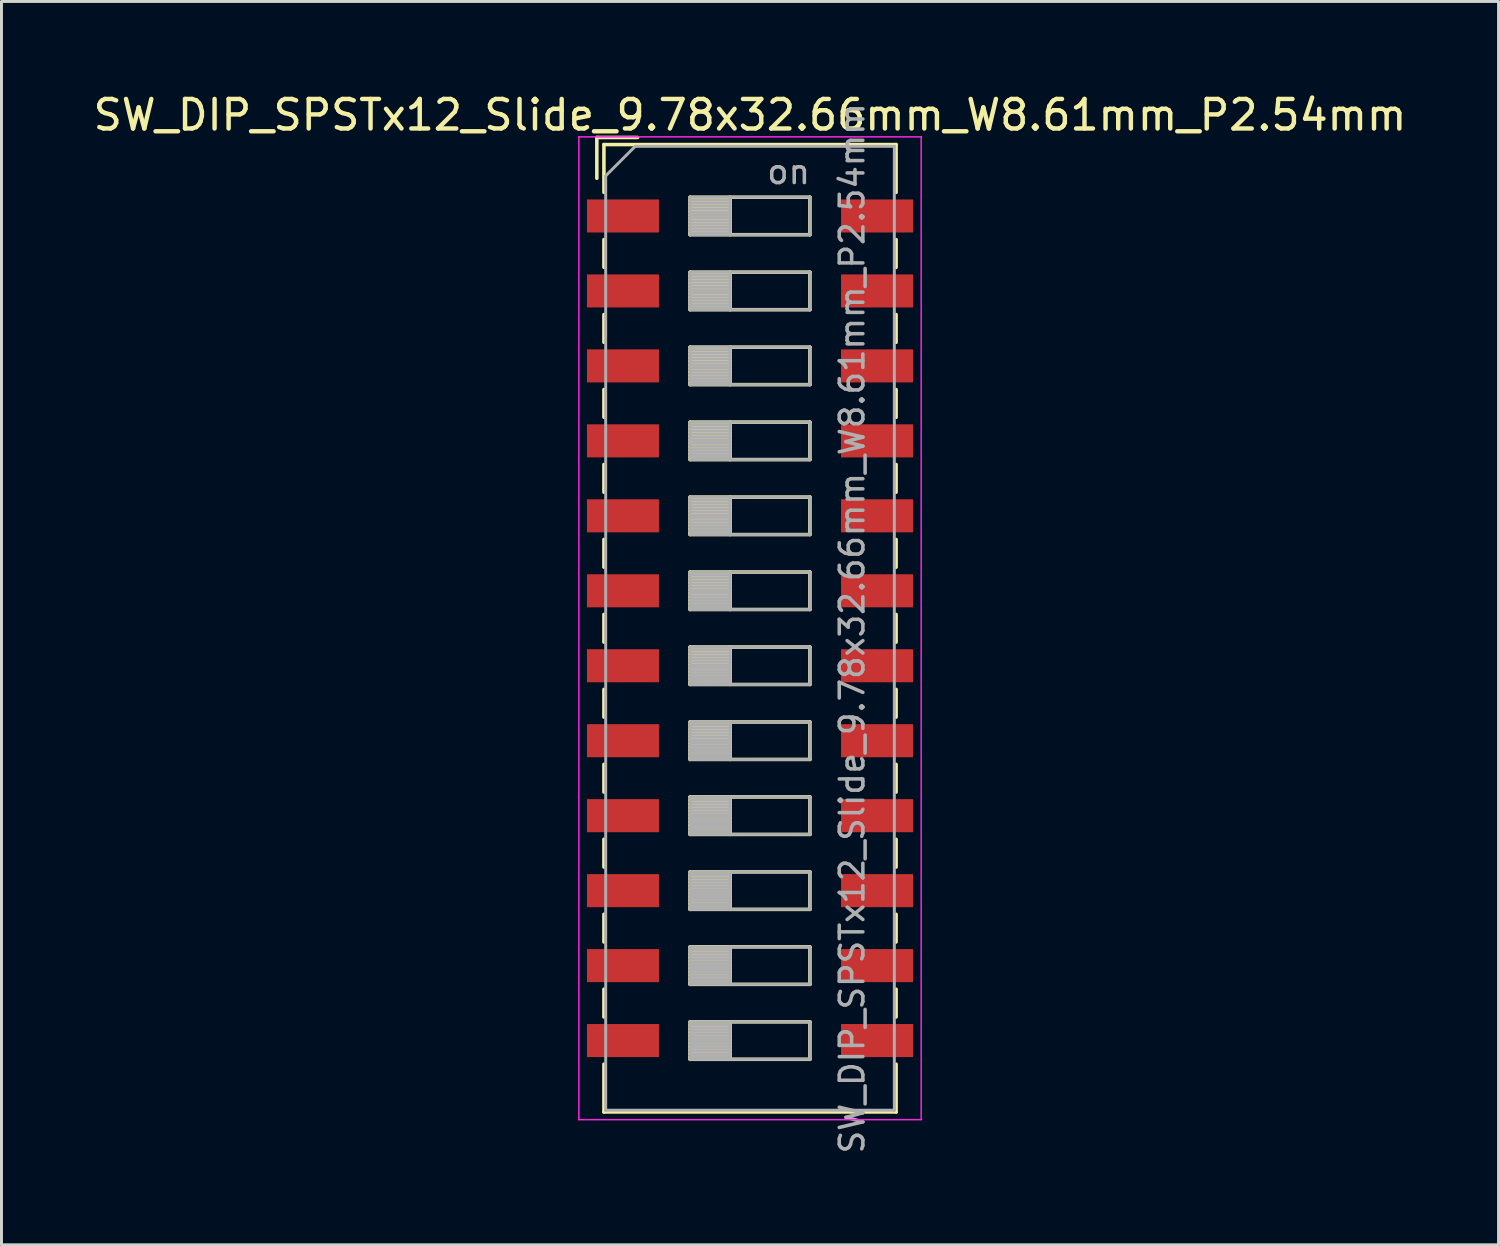
<source format=kicad_pcb>
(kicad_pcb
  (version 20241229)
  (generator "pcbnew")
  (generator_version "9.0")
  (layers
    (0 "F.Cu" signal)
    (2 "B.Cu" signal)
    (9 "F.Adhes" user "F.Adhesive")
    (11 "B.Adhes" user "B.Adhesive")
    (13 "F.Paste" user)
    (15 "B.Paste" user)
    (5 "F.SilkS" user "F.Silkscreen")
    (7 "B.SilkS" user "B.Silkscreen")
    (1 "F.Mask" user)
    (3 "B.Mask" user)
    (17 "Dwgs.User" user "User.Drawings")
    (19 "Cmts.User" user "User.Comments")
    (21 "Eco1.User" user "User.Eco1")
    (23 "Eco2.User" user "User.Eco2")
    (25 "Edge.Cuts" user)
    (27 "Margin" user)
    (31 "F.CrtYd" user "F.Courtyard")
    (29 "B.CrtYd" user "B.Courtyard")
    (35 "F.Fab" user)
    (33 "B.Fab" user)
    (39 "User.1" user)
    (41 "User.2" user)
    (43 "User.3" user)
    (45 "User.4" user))
  (footprint "SW_DIP_SPSTx12_Slide_9.78x32.66mm_W8.61mm_P2.54mm"
    (layer "F.Cu")
    (at 22.363 18.238)
    (property "Reference" "SW_DIP_SPSTx12_Slide_9.78x32.66mm_W8.61mm_P2.54mm" (at 0 -17.39 0) (layer "F.SilkS") (effects (font (size 1 1) (thickness 0.15))))
    (attr smd)
    (fp_line (start -5.19 -16.63) (end -5.19 -15.247) (stroke (width 0.12) (type solid)) (layer "F.SilkS"))
    (fp_line (start -5.19 -16.63) (end -3.806 -16.63) (stroke (width 0.12) (type solid)) (layer "F.SilkS"))
    (fp_line (start -4.95 -16.39) (end -4.95 -14.77) (stroke (width 0.12) (type solid)) (layer "F.SilkS"))
    (fp_line (start -4.95 -16.39) (end 4.95 -16.39) (stroke (width 0.12) (type solid)) (layer "F.SilkS"))
    (fp_line (start -4.95 -13.17) (end -4.95 -12.23) (stroke (width 0.12) (type solid)) (layer "F.SilkS"))
    (fp_line (start -4.95 -10.63) (end -4.95 -9.69) (stroke (width 0.12) (type solid)) (layer "F.SilkS"))
    (fp_line (start -4.95 -8.09) (end -4.95 -7.15) (stroke (width 0.12) (type solid)) (layer "F.SilkS"))
    (fp_line (start -4.95 -5.55) (end -4.95 -4.61) (stroke (width 0.12) (type solid)) (layer "F.SilkS"))
    (fp_line (start -4.95 -3.01) (end -4.95 -2.07) (stroke (width 0.12) (type solid)) (layer "F.SilkS"))
    (fp_line (start -4.95 -0.47) (end -4.95 0.47) (stroke (width 0.12) (type solid)) (layer "F.SilkS"))
    (fp_line (start -4.95 2.07) (end -4.95 3.01) (stroke (width 0.12) (type solid)) (layer "F.SilkS"))
    (fp_line (start -4.95 4.61) (end -4.95 5.55) (stroke (width 0.12) (type solid)) (layer "F.SilkS"))
    (fp_line (start -4.95 7.15) (end -4.95 8.09) (stroke (width 0.12) (type solid)) (layer "F.SilkS"))
    (fp_line (start -4.95 9.69) (end -4.95 10.63) (stroke (width 0.12) (type solid)) (layer "F.SilkS"))
    (fp_line (start -4.95 12.23) (end -4.95 13.17) (stroke (width 0.12) (type solid)) (layer "F.SilkS"))
    (fp_line (start -4.95 14.77) (end -4.95 16.39) (stroke (width 0.12) (type solid)) (layer "F.SilkS"))
    (fp_line (start -4.95 16.39) (end 4.95 16.39) (stroke (width 0.12) (type solid)) (layer "F.SilkS"))
    (fp_line (start -2.03 -14.605) (end -2.03 -13.335) (stroke (width 0.12) (type solid)) (layer "F.SilkS"))
    (fp_line (start -2.03 -14.485) (end -0.677 -14.485) (stroke (width 0.12) (type solid)) (layer "F.SilkS"))
    (fp_line (start -2.03 -14.365) (end -0.677 -14.365) (stroke (width 0.12) (type solid)) (layer "F.SilkS"))
    (fp_line (start -2.03 -14.245) (end -0.677 -14.245) (stroke (width 0.12) (type solid)) (layer "F.SilkS"))
    (fp_line (start -2.03 -14.125) (end -0.677 -14.125) (stroke (width 0.12) (type solid)) (layer "F.SilkS"))
    (fp_line (start -2.03 -14.005) (end -0.677 -14.005) (stroke (width 0.12) (type solid)) (layer "F.SilkS"))
    (fp_line (start -2.03 -13.885) (end -0.677 -13.885) (stroke (width 0.12) (type solid)) (layer "F.SilkS"))
    (fp_line (start -2.03 -13.765) (end -0.677 -13.765) (stroke (width 0.12) (type solid)) (layer "F.SilkS"))
    (fp_line (start -2.03 -13.645) (end -0.677 -13.645) (stroke (width 0.12) (type solid)) (layer "F.SilkS"))
    (fp_line (start -2.03 -13.525) (end -0.677 -13.525) (stroke (width 0.12) (type solid)) (layer "F.SilkS"))
    (fp_line (start -2.03 -13.405) (end -0.677 -13.405) (stroke (width 0.12) (type solid)) (layer "F.SilkS"))
    (fp_line (start -2.03 -13.335) (end 2.03 -13.335) (stroke (width 0.12) (type solid)) (layer "F.SilkS"))
    (fp_line (start -2.03 -12.065) (end -2.03 -10.795) (stroke (width 0.12) (type solid)) (layer "F.SilkS"))
    (fp_line (start -2.03 -11.945) (end -0.677 -11.945) (stroke (width 0.12) (type solid)) (layer "F.SilkS"))
    (fp_line (start -2.03 -11.825) (end -0.677 -11.825) (stroke (width 0.12) (type solid)) (layer "F.SilkS"))
    (fp_line (start -2.03 -11.705) (end -0.677 -11.705) (stroke (width 0.12) (type solid)) (layer "F.SilkS"))
    (fp_line (start -2.03 -11.585) (end -0.677 -11.585) (stroke (width 0.12) (type solid)) (layer "F.SilkS"))
    (fp_line (start -2.03 -11.465) (end -0.677 -11.465) (stroke (width 0.12) (type solid)) (layer "F.SilkS"))
    (fp_line (start -2.03 -11.345) (end -0.677 -11.345) (stroke (width 0.12) (type solid)) (layer "F.SilkS"))
    (fp_line (start -2.03 -11.225) (end -0.677 -11.225) (stroke (width 0.12) (type solid)) (layer "F.SilkS"))
    (fp_line (start -2.03 -11.105) (end -0.677 -11.105) (stroke (width 0.12) (type solid)) (layer "F.SilkS"))
    (fp_line (start -2.03 -10.985) (end -0.677 -10.985) (stroke (width 0.12) (type solid)) (layer "F.SilkS"))
    (fp_line (start -2.03 -10.865) (end -0.677 -10.865) (stroke (width 0.12) (type solid)) (layer "F.SilkS"))
    (fp_line (start -2.03 -10.795) (end 2.03 -10.795) (stroke (width 0.12) (type solid)) (layer "F.SilkS"))
    (fp_line (start -2.03 -9.525) (end -2.03 -8.255) (stroke (width 0.12) (type solid)) (layer "F.SilkS"))
    (fp_line (start -2.03 -9.405) (end -0.677 -9.405) (stroke (width 0.12) (type solid)) (layer "F.SilkS"))
    (fp_line (start -2.03 -9.285) (end -0.677 -9.285) (stroke (width 0.12) (type solid)) (layer "F.SilkS"))
    (fp_line (start -2.03 -9.165) (end -0.677 -9.165) (stroke (width 0.12) (type solid)) (layer "F.SilkS"))
    (fp_line (start -2.03 -9.045) (end -0.677 -9.045) (stroke (width 0.12) (type solid)) (layer "F.SilkS"))
    (fp_line (start -2.03 -8.925) (end -0.677 -8.925) (stroke (width 0.12) (type solid)) (layer "F.SilkS"))
    (fp_line (start -2.03 -8.805) (end -0.677 -8.805) (stroke (width 0.12) (type solid)) (layer "F.SilkS"))
    (fp_line (start -2.03 -8.685) (end -0.677 -8.685) (stroke (width 0.12) (type solid)) (layer "F.SilkS"))
    (fp_line (start -2.03 -8.565) (end -0.677 -8.565) (stroke (width 0.12) (type solid)) (layer "F.SilkS"))
    (fp_line (start -2.03 -8.445) (end -0.677 -8.445) (stroke (width 0.12) (type solid)) (layer "F.SilkS"))
    (fp_line (start -2.03 -8.325) (end -0.677 -8.325) (stroke (width 0.12) (type solid)) (layer "F.SilkS"))
    (fp_line (start -2.03 -8.255) (end 2.03 -8.255) (stroke (width 0.12) (type solid)) (layer "F.SilkS"))
    (fp_line (start -2.03 -6.985) (end -2.03 -5.715) (stroke (width 0.12) (type solid)) (layer "F.SilkS"))
    (fp_line (start -2.03 -6.865) (end -0.677 -6.865) (stroke (width 0.12) (type solid)) (layer "F.SilkS"))
    (fp_line (start -2.03 -6.745) (end -0.677 -6.745) (stroke (width 0.12) (type solid)) (layer "F.SilkS"))
    (fp_line (start -2.03 -6.625) (end -0.677 -6.625) (stroke (width 0.12) (type solid)) (layer "F.SilkS"))
    (fp_line (start -2.03 -6.505) (end -0.677 -6.505) (stroke (width 0.12) (type solid)) (layer "F.SilkS"))
    (fp_line (start -2.03 -6.385) (end -0.677 -6.385) (stroke (width 0.12) (type solid)) (layer "F.SilkS"))
    (fp_line (start -2.03 -6.265) (end -0.677 -6.265) (stroke (width 0.12) (type solid)) (layer "F.SilkS"))
    (fp_line (start -2.03 -6.145) (end -0.677 -6.145) (stroke (width 0.12) (type solid)) (layer "F.SilkS"))
    (fp_line (start -2.03 -6.025) (end -0.677 -6.025) (stroke (width 0.12) (type solid)) (layer "F.SilkS"))
    (fp_line (start -2.03 -5.905) (end -0.677 -5.905) (stroke (width 0.12) (type solid)) (layer "F.SilkS"))
    (fp_line (start -2.03 -5.785) (end -0.677 -5.785) (stroke (width 0.12) (type solid)) (layer "F.SilkS"))
    (fp_line (start -2.03 -5.715) (end 2.03 -5.715) (stroke (width 0.12) (type solid)) (layer "F.SilkS"))
    (fp_line (start -2.03 -4.445) (end -2.03 -3.175) (stroke (width 0.12) (type solid)) (layer "F.SilkS"))
    (fp_line (start -2.03 -4.325) (end -0.677 -4.325) (stroke (width 0.12) (type solid)) (layer "F.SilkS"))
    (fp_line (start -2.03 -4.205) (end -0.677 -4.205) (stroke (width 0.12) (type solid)) (layer "F.SilkS"))
    (fp_line (start -2.03 -4.085) (end -0.677 -4.085) (stroke (width 0.12) (type solid)) (layer "F.SilkS"))
    (fp_line (start -2.03 -3.965) (end -0.677 -3.965) (stroke (width 0.12) (type solid)) (layer "F.SilkS"))
    (fp_line (start -2.03 -3.845) (end -0.677 -3.845) (stroke (width 0.12) (type solid)) (layer "F.SilkS"))
    (fp_line (start -2.03 -3.725) (end -0.677 -3.725) (stroke (width 0.12) (type solid)) (layer "F.SilkS"))
    (fp_line (start -2.03 -3.605) (end -0.677 -3.605) (stroke (width 0.12) (type solid)) (layer "F.SilkS"))
    (fp_line (start -2.03 -3.485) (end -0.677 -3.485) (stroke (width 0.12) (type solid)) (layer "F.SilkS"))
    (fp_line (start -2.03 -3.365) (end -0.677 -3.365) (stroke (width 0.12) (type solid)) (layer "F.SilkS"))
    (fp_line (start -2.03 -3.245) (end -0.677 -3.245) (stroke (width 0.12) (type solid)) (layer "F.SilkS"))
    (fp_line (start -2.03 -3.175) (end 2.03 -3.175) (stroke (width 0.12) (type solid)) (layer "F.SilkS"))
    (fp_line (start -2.03 -1.905) (end -2.03 -0.635) (stroke (width 0.12) (type solid)) (layer "F.SilkS"))
    (fp_line (start -2.03 -1.785) (end -0.677 -1.785) (stroke (width 0.12) (type solid)) (layer "F.SilkS"))
    (fp_line (start -2.03 -1.665) (end -0.677 -1.665) (stroke (width 0.12) (type solid)) (layer "F.SilkS"))
    (fp_line (start -2.03 -1.545) (end -0.677 -1.545) (stroke (width 0.12) (type solid)) (layer "F.SilkS"))
    (fp_line (start -2.03 -1.425) (end -0.677 -1.425) (stroke (width 0.12) (type solid)) (layer "F.SilkS"))
    (fp_line (start -2.03 -1.305) (end -0.677 -1.305) (stroke (width 0.12) (type solid)) (layer "F.SilkS"))
    (fp_line (start -2.03 -1.185) (end -0.677 -1.185) (stroke (width 0.12) (type solid)) (layer "F.SilkS"))
    (fp_line (start -2.03 -1.065) (end -0.677 -1.065) (stroke (width 0.12) (type solid)) (layer "F.SilkS"))
    (fp_line (start -2.03 -0.945) (end -0.677 -0.945) (stroke (width 0.12) (type solid)) (layer "F.SilkS"))
    (fp_line (start -2.03 -0.825) (end -0.677 -0.825) (stroke (width 0.12) (type solid)) (layer "F.SilkS"))
    (fp_line (start -2.03 -0.705) (end -0.677 -0.705) (stroke (width 0.12) (type solid)) (layer "F.SilkS"))
    (fp_line (start -2.03 -0.635) (end 2.03 -0.635) (stroke (width 0.12) (type solid)) (layer "F.SilkS"))
    (fp_line (start -2.03 0.635) (end -2.03 1.905) (stroke (width 0.12) (type solid)) (layer "F.SilkS"))
    (fp_line (start -2.03 0.755) (end -0.677 0.755) (stroke (width 0.12) (type solid)) (layer "F.SilkS"))
    (fp_line (start -2.03 0.875) (end -0.677 0.875) (stroke (width 0.12) (type solid)) (layer "F.SilkS"))
    (fp_line (start -2.03 0.995) (end -0.677 0.995) (stroke (width 0.12) (type solid)) (layer "F.SilkS"))
    (fp_line (start -2.03 1.115) (end -0.677 1.115) (stroke (width 0.12) (type solid)) (layer "F.SilkS"))
    (fp_line (start -2.03 1.235) (end -0.677 1.235) (stroke (width 0.12) (type solid)) (layer "F.SilkS"))
    (fp_line (start -2.03 1.355) (end -0.677 1.355) (stroke (width 0.12) (type solid)) (layer "F.SilkS"))
    (fp_line (start -2.03 1.475) (end -0.677 1.475) (stroke (width 0.12) (type solid)) (layer "F.SilkS"))
    (fp_line (start -2.03 1.595) (end -0.677 1.595) (stroke (width 0.12) (type solid)) (layer "F.SilkS"))
    (fp_line (start -2.03 1.715) (end -0.677 1.715) (stroke (width 0.12) (type solid)) (layer "F.SilkS"))
    (fp_line (start -2.03 1.835) (end -0.677 1.835) (stroke (width 0.12) (type solid)) (layer "F.SilkS"))
    (fp_line (start -2.03 1.905) (end 2.03 1.905) (stroke (width 0.12) (type solid)) (layer "F.SilkS"))
    (fp_line (start -2.03 3.175) (end -2.03 4.445) (stroke (width 0.12) (type solid)) (layer "F.SilkS"))
    (fp_line (start -2.03 3.295) (end -0.677 3.295) (stroke (width 0.12) (type solid)) (layer "F.SilkS"))
    (fp_line (start -2.03 3.415) (end -0.677 3.415) (stroke (width 0.12) (type solid)) (layer "F.SilkS"))
    (fp_line (start -2.03 3.535) (end -0.677 3.535) (stroke (width 0.12) (type solid)) (layer "F.SilkS"))
    (fp_line (start -2.03 3.655) (end -0.677 3.655) (stroke (width 0.12) (type solid)) (layer "F.SilkS"))
    (fp_line (start -2.03 3.775) (end -0.677 3.775) (stroke (width 0.12) (type solid)) (layer "F.SilkS"))
    (fp_line (start -2.03 3.895) (end -0.677 3.895) (stroke (width 0.12) (type solid)) (layer "F.SilkS"))
    (fp_line (start -2.03 4.015) (end -0.677 4.015) (stroke (width 0.12) (type solid)) (layer "F.SilkS"))
    (fp_line (start -2.03 4.135) (end -0.677 4.135) (stroke (width 0.12) (type solid)) (layer "F.SilkS"))
    (fp_line (start -2.03 4.255) (end -0.677 4.255) (stroke (width 0.12) (type solid)) (layer "F.SilkS"))
    (fp_line (start -2.03 4.375) (end -0.677 4.375) (stroke (width 0.12) (type solid)) (layer "F.SilkS"))
    (fp_line (start -2.03 4.445) (end 2.03 4.445) (stroke (width 0.12) (type solid)) (layer "F.SilkS"))
    (fp_line (start -2.03 5.715) (end -2.03 6.985) (stroke (width 0.12) (type solid)) (layer "F.SilkS"))
    (fp_line (start -2.03 5.835) (end -0.677 5.835) (stroke (width 0.12) (type solid)) (layer "F.SilkS"))
    (fp_line (start -2.03 5.955) (end -0.677 5.955) (stroke (width 0.12) (type solid)) (layer "F.SilkS"))
    (fp_line (start -2.03 6.075) (end -0.677 6.075) (stroke (width 0.12) (type solid)) (layer "F.SilkS"))
    (fp_line (start -2.03 6.195) (end -0.677 6.195) (stroke (width 0.12) (type solid)) (layer "F.SilkS"))
    (fp_line (start -2.03 6.315) (end -0.677 6.315) (stroke (width 0.12) (type solid)) (layer "F.SilkS"))
    (fp_line (start -2.03 6.435) (end -0.677 6.435) (stroke (width 0.12) (type solid)) (layer "F.SilkS"))
    (fp_line (start -2.03 6.555) (end -0.677 6.555) (stroke (width 0.12) (type solid)) (layer "F.SilkS"))
    (fp_line (start -2.03 6.675) (end -0.677 6.675) (stroke (width 0.12) (type solid)) (layer "F.SilkS"))
    (fp_line (start -2.03 6.795) (end -0.677 6.795) (stroke (width 0.12) (type solid)) (layer "F.SilkS"))
    (fp_line (start -2.03 6.915) (end -0.677 6.915) (stroke (width 0.12) (type solid)) (layer "F.SilkS"))
    (fp_line (start -2.03 6.985) (end 2.03 6.985) (stroke (width 0.12) (type solid)) (layer "F.SilkS"))
    (fp_line (start -2.03 8.255) (end -2.03 9.525) (stroke (width 0.12) (type solid)) (layer "F.SilkS"))
    (fp_line (start -2.03 8.375) (end -0.677 8.375) (stroke (width 0.12) (type solid)) (layer "F.SilkS"))
    (fp_line (start -2.03 8.495) (end -0.677 8.495) (stroke (width 0.12) (type solid)) (layer "F.SilkS"))
    (fp_line (start -2.03 8.615) (end -0.677 8.615) (stroke (width 0.12) (type solid)) (layer "F.SilkS"))
    (fp_line (start -2.03 8.735) (end -0.677 8.735) (stroke (width 0.12) (type solid)) (layer "F.SilkS"))
    (fp_line (start -2.03 8.855) (end -0.677 8.855) (stroke (width 0.12) (type solid)) (layer "F.SilkS"))
    (fp_line (start -2.03 8.975) (end -0.677 8.975) (stroke (width 0.12) (type solid)) (layer "F.SilkS"))
    (fp_line (start -2.03 9.095) (end -0.677 9.095) (stroke (width 0.12) (type solid)) (layer "F.SilkS"))
    (fp_line (start -2.03 9.215) (end -0.677 9.215) (stroke (width 0.12) (type solid)) (layer "F.SilkS"))
    (fp_line (start -2.03 9.335) (end -0.677 9.335) (stroke (width 0.12) (type solid)) (layer "F.SilkS"))
    (fp_line (start -2.03 9.455) (end -0.677 9.455) (stroke (width 0.12) (type solid)) (layer "F.SilkS"))
    (fp_line (start -2.03 9.525) (end 2.03 9.525) (stroke (width 0.12) (type solid)) (layer "F.SilkS"))
    (fp_line (start -2.03 10.795) (end -2.03 12.065) (stroke (width 0.12) (type solid)) (layer "F.SilkS"))
    (fp_line (start -2.03 10.915) (end -0.677 10.915) (stroke (width 0.12) (type solid)) (layer "F.SilkS"))
    (fp_line (start -2.03 11.035) (end -0.677 11.035) (stroke (width 0.12) (type solid)) (layer "F.SilkS"))
    (fp_line (start -2.03 11.155) (end -0.677 11.155) (stroke (width 0.12) (type solid)) (layer "F.SilkS"))
    (fp_line (start -2.03 11.275) (end -0.677 11.275) (stroke (width 0.12) (type solid)) (layer "F.SilkS"))
    (fp_line (start -2.03 11.395) (end -0.677 11.395) (stroke (width 0.12) (type solid)) (layer "F.SilkS"))
    (fp_line (start -2.03 11.515) (end -0.677 11.515) (stroke (width 0.12) (type solid)) (layer "F.SilkS"))
    (fp_line (start -2.03 11.635) (end -0.677 11.635) (stroke (width 0.12) (type solid)) (layer "F.SilkS"))
    (fp_line (start -2.03 11.755) (end -0.677 11.755) (stroke (width 0.12) (type solid)) (layer "F.SilkS"))
    (fp_line (start -2.03 11.875) (end -0.677 11.875) (stroke (width 0.12) (type solid)) (layer "F.SilkS"))
    (fp_line (start -2.03 11.995) (end -0.677 11.995) (stroke (width 0.12) (type solid)) (layer "F.SilkS"))
    (fp_line (start -2.03 12.065) (end 2.03 12.065) (stroke (width 0.12) (type solid)) (layer "F.SilkS"))
    (fp_line (start -2.03 13.335) (end -2.03 14.605) (stroke (width 0.12) (type solid)) (layer "F.SilkS"))
    (fp_line (start -2.03 13.455) (end -0.677 13.455) (stroke (width 0.12) (type solid)) (layer "F.SilkS"))
    (fp_line (start -2.03 13.575) (end -0.677 13.575) (stroke (width 0.12) (type solid)) (layer "F.SilkS"))
    (fp_line (start -2.03 13.695) (end -0.677 13.695) (stroke (width 0.12) (type solid)) (layer "F.SilkS"))
    (fp_line (start -2.03 13.815) (end -0.677 13.815) (stroke (width 0.12) (type solid)) (layer "F.SilkS"))
    (fp_line (start -2.03 13.935) (end -0.677 13.935) (stroke (width 0.12) (type solid)) (layer "F.SilkS"))
    (fp_line (start -2.03 14.055) (end -0.677 14.055) (stroke (width 0.12) (type solid)) (layer "F.SilkS"))
    (fp_line (start -2.03 14.175) (end -0.677 14.175) (stroke (width 0.12) (type solid)) (layer "F.SilkS"))
    (fp_line (start -2.03 14.295) (end -0.677 14.295) (stroke (width 0.12) (type solid)) (layer "F.SilkS"))
    (fp_line (start -2.03 14.415) (end -0.677 14.415) (stroke (width 0.12) (type solid)) (layer "F.SilkS"))
    (fp_line (start -2.03 14.535) (end -0.677 14.535) (stroke (width 0.12) (type solid)) (layer "F.SilkS"))
    (fp_line (start -2.03 14.605) (end 2.03 14.605) (stroke (width 0.12) (type solid)) (layer "F.SilkS"))
    (fp_line (start -0.677 -14.605) (end -0.677 -13.335) (stroke (width 0.12) (type solid)) (layer "F.SilkS"))
    (fp_line (start -0.677 -12.065) (end -0.677 -10.795) (stroke (width 0.12) (type solid)) (layer "F.SilkS"))
    (fp_line (start -0.677 -9.525) (end -0.677 -8.255) (stroke (width 0.12) (type solid)) (layer "F.SilkS"))
    (fp_line (start -0.677 -6.985) (end -0.677 -5.715) (stroke (width 0.12) (type solid)) (layer "F.SilkS"))
    (fp_line (start -0.677 -4.445) (end -0.677 -3.175) (stroke (width 0.12) (type solid)) (layer "F.SilkS"))
    (fp_line (start -0.677 -1.905) (end -0.677 -0.635) (stroke (width 0.12) (type solid)) (layer "F.SilkS"))
    (fp_line (start -0.677 0.635) (end -0.677 1.905) (stroke (width 0.12) (type solid)) (layer "F.SilkS"))
    (fp_line (start -0.677 3.175) (end -0.677 4.445) (stroke (width 0.12) (type solid)) (layer "F.SilkS"))
    (fp_line (start -0.677 5.715) (end -0.677 6.985) (stroke (width 0.12) (type solid)) (layer "F.SilkS"))
    (fp_line (start -0.677 8.255) (end -0.677 9.525) (stroke (width 0.12) (type solid)) (layer "F.SilkS"))
    (fp_line (start -0.677 10.795) (end -0.677 12.065) (stroke (width 0.12) (type solid)) (layer "F.SilkS"))
    (fp_line (start -0.677 13.335) (end -0.677 14.605) (stroke (width 0.12) (type solid)) (layer "F.SilkS"))
    (fp_line (start 2.03 -14.605) (end -2.03 -14.605) (stroke (width 0.12) (type solid)) (layer "F.SilkS"))
    (fp_line (start 2.03 -13.335) (end 2.03 -14.605) (stroke (width 0.12) (type solid)) (layer "F.SilkS"))
    (fp_line (start 2.03 -12.065) (end -2.03 -12.065) (stroke (width 0.12) (type solid)) (layer "F.SilkS"))
    (fp_line (start 2.03 -10.795) (end 2.03 -12.065) (stroke (width 0.12) (type solid)) (layer "F.SilkS"))
    (fp_line (start 2.03 -9.525) (end -2.03 -9.525) (stroke (width 0.12) (type solid)) (layer "F.SilkS"))
    (fp_line (start 2.03 -8.255) (end 2.03 -9.525) (stroke (width 0.12) (type solid)) (layer "F.SilkS"))
    (fp_line (start 2.03 -6.985) (end -2.03 -6.985) (stroke (width 0.12) (type solid)) (layer "F.SilkS"))
    (fp_line (start 2.03 -5.715) (end 2.03 -6.985) (stroke (width 0.12) (type solid)) (layer "F.SilkS"))
    (fp_line (start 2.03 -4.445) (end -2.03 -4.445) (stroke (width 0.12) (type solid)) (layer "F.SilkS"))
    (fp_line (start 2.03 -3.175) (end 2.03 -4.445) (stroke (width 0.12) (type solid)) (layer "F.SilkS"))
    (fp_line (start 2.03 -1.905) (end -2.03 -1.905) (stroke (width 0.12) (type solid)) (layer "F.SilkS"))
    (fp_line (start 2.03 -0.635) (end 2.03 -1.905) (stroke (width 0.12) (type solid)) (layer "F.SilkS"))
    (fp_line (start 2.03 0.635) (end -2.03 0.635) (stroke (width 0.12) (type solid)) (layer "F.SilkS"))
    (fp_line (start 2.03 1.905) (end 2.03 0.635) (stroke (width 0.12) (type solid)) (layer "F.SilkS"))
    (fp_line (start 2.03 3.175) (end -2.03 3.175) (stroke (width 0.12) (type solid)) (layer "F.SilkS"))
    (fp_line (start 2.03 4.445) (end 2.03 3.175) (stroke (width 0.12) (type solid)) (layer "F.SilkS"))
    (fp_line (start 2.03 5.715) (end -2.03 5.715) (stroke (width 0.12) (type solid)) (layer "F.SilkS"))
    (fp_line (start 2.03 6.985) (end 2.03 5.715) (stroke (width 0.12) (type solid)) (layer "F.SilkS"))
    (fp_line (start 2.03 8.255) (end -2.03 8.255) (stroke (width 0.12) (type solid)) (layer "F.SilkS"))
    (fp_line (start 2.03 9.525) (end 2.03 8.255) (stroke (width 0.12) (type solid)) (layer "F.SilkS"))
    (fp_line (start 2.03 10.795) (end -2.03 10.795) (stroke (width 0.12) (type solid)) (layer "F.SilkS"))
    (fp_line (start 2.03 12.065) (end 2.03 10.795) (stroke (width 0.12) (type solid)) (layer "F.SilkS"))
    (fp_line (start 2.03 13.335) (end -2.03 13.335) (stroke (width 0.12) (type solid)) (layer "F.SilkS"))
    (fp_line (start 2.03 14.605) (end 2.03 13.335) (stroke (width 0.12) (type solid)) (layer "F.SilkS"))
    (fp_line (start 4.95 -16.39) (end 4.95 -14.77) (stroke (width 0.12) (type solid)) (layer "F.SilkS"))
    (fp_line (start 4.95 -13.169) (end 4.95 -12.229) (stroke (width 0.12) (type solid)) (layer "F.SilkS"))
    (fp_line (start 4.95 -10.629) (end 4.95 -9.689) (stroke (width 0.12) (type solid)) (layer "F.SilkS"))
    (fp_line (start 4.95 -8.089) (end 4.95 -7.149) (stroke (width 0.12) (type solid)) (layer "F.SilkS"))
    (fp_line (start 4.95 -5.549) (end 4.95 -4.609) (stroke (width 0.12) (type solid)) (layer "F.SilkS"))
    (fp_line (start 4.95 -3.009) (end 4.95 -2.069) (stroke (width 0.12) (type solid)) (layer "F.SilkS"))
    (fp_line (start 4.95 -0.469) (end 4.95 0.471) (stroke (width 0.12) (type solid)) (layer "F.SilkS"))
    (fp_line (start 4.95 2.071) (end 4.95 3.011) (stroke (width 0.12) (type solid)) (layer "F.SilkS"))
    (fp_line (start 4.95 4.611) (end 4.95 5.551) (stroke (width 0.12) (type solid)) (layer "F.SilkS"))
    (fp_line (start 4.95 7.151) (end 4.95 8.09) (stroke (width 0.12) (type solid)) (layer "F.SilkS"))
    (fp_line (start 4.95 9.691) (end 4.95 10.63) (stroke (width 0.12) (type solid)) (layer "F.SilkS"))
    (fp_line (start 4.95 12.231) (end 4.95 13.17) (stroke (width 0.12) (type solid)) (layer "F.SilkS"))
    (fp_line (start 4.95 14.77) (end 4.95 16.39) (stroke (width 0.12) (type solid)) (layer "F.SilkS"))
    (fp_line (start -5.8 -16.65) (end -5.8 16.65) (stroke (width 0.05) (type solid)) (layer "F.CrtYd"))
    (fp_line (start -5.8 16.65) (end 5.8 16.65) (stroke (width 0.05) (type solid)) (layer "F.CrtYd"))
    (fp_line (start 5.8 -16.65) (end -5.8 -16.65) (stroke (width 0.05) (type solid)) (layer "F.CrtYd"))
    (fp_line (start 5.8 16.65) (end 5.8 -16.65) (stroke (width 0.05) (type solid)) (layer "F.CrtYd"))
    (fp_line (start -4.89 -15.33) (end -3.89 -16.33) (stroke (width 0.1) (type solid)) (layer "F.Fab"))
    (fp_line (start -4.89 16.33) (end -4.89 -15.33) (stroke (width 0.1) (type solid)) (layer "F.Fab"))
    (fp_line (start -3.89 -16.33) (end 4.89 -16.33) (stroke (width 0.1) (type solid)) (layer "F.Fab"))
    (fp_line (start -2.03 -14.605) (end -2.03 -13.335) (stroke (width 0.1) (type solid)) (layer "F.Fab"))
    (fp_line (start -2.03 -14.505) (end -0.677 -14.505) (stroke (width 0.1) (type solid)) (layer "F.Fab"))
    (fp_line (start -2.03 -14.405) (end -0.677 -14.405) (stroke (width 0.1) (type solid)) (layer "F.Fab"))
    (fp_line (start -2.03 -14.305) (end -0.677 -14.305) (stroke (width 0.1) (type solid)) (layer "F.Fab"))
    (fp_line (start -2.03 -14.205) (end -0.677 -14.205) (stroke (width 0.1) (type solid)) (layer "F.Fab"))
    (fp_line (start -2.03 -14.105) (end -0.677 -14.105) (stroke (width 0.1) (type solid)) (layer "F.Fab"))
    (fp_line (start -2.03 -14.005) (end -0.677 -14.005) (stroke (width 0.1) (type solid)) (layer "F.Fab"))
    (fp_line (start -2.03 -13.905) (end -0.677 -13.905) (stroke (width 0.1) (type solid)) (layer "F.Fab"))
    (fp_line (start -2.03 -13.805) (end -0.677 -13.805) (stroke (width 0.1) (type solid)) (layer "F.Fab"))
    (fp_line (start -2.03 -13.705) (end -0.677 -13.705) (stroke (width 0.1) (type solid)) (layer "F.Fab"))
    (fp_line (start -2.03 -13.605) (end -0.677 -13.605) (stroke (width 0.1) (type solid)) (layer "F.Fab"))
    (fp_line (start -2.03 -13.505) (end -0.677 -13.505) (stroke (width 0.1) (type solid)) (layer "F.Fab"))
    (fp_line (start -2.03 -13.405) (end -0.677 -13.405) (stroke (width 0.1) (type solid)) (layer "F.Fab"))
    (fp_line (start -2.03 -13.335) (end 2.03 -13.335) (stroke (width 0.1) (type solid)) (layer "F.Fab"))
    (fp_line (start -2.03 -12.065) (end -2.03 -10.795) (stroke (width 0.1) (type solid)) (layer "F.Fab"))
    (fp_line (start -2.03 -11.965) (end -0.677 -11.965) (stroke (width 0.1) (type solid)) (layer "F.Fab"))
    (fp_line (start -2.03 -11.865) (end -0.677 -11.865) (stroke (width 0.1) (type solid)) (layer "F.Fab"))
    (fp_line (start -2.03 -11.765) (end -0.677 -11.765) (stroke (width 0.1) (type solid)) (layer "F.Fab"))
    (fp_line (start -2.03 -11.665) (end -0.677 -11.665) (stroke (width 0.1) (type solid)) (layer "F.Fab"))
    (fp_line (start -2.03 -11.565) (end -0.677 -11.565) (stroke (width 0.1) (type solid)) (layer "F.Fab"))
    (fp_line (start -2.03 -11.465) (end -0.677 -11.465) (stroke (width 0.1) (type solid)) (layer "F.Fab"))
    (fp_line (start -2.03 -11.365) (end -0.677 -11.365) (stroke (width 0.1) (type solid)) (layer "F.Fab"))
    (fp_line (start -2.03 -11.265) (end -0.677 -11.265) (stroke (width 0.1) (type solid)) (layer "F.Fab"))
    (fp_line (start -2.03 -11.165) (end -0.677 -11.165) (stroke (width 0.1) (type solid)) (layer "F.Fab"))
    (fp_line (start -2.03 -11.065) (end -0.677 -11.065) (stroke (width 0.1) (type solid)) (layer "F.Fab"))
    (fp_line (start -2.03 -10.965) (end -0.677 -10.965) (stroke (width 0.1) (type solid)) (layer "F.Fab"))
    (fp_line (start -2.03 -10.865) (end -0.677 -10.865) (stroke (width 0.1) (type solid)) (layer "F.Fab"))
    (fp_line (start -2.03 -10.795) (end 2.03 -10.795) (stroke (width 0.1) (type solid)) (layer "F.Fab"))
    (fp_line (start -2.03 -9.525) (end -2.03 -8.255) (stroke (width 0.1) (type solid)) (layer "F.Fab"))
    (fp_line (start -2.03 -9.425) (end -0.677 -9.425) (stroke (width 0.1) (type solid)) (layer "F.Fab"))
    (fp_line (start -2.03 -9.325) (end -0.677 -9.325) (stroke (width 0.1) (type solid)) (layer "F.Fab"))
    (fp_line (start -2.03 -9.225) (end -0.677 -9.225) (stroke (width 0.1) (type solid)) (layer "F.Fab"))
    (fp_line (start -2.03 -9.125) (end -0.677 -9.125) (stroke (width 0.1) (type solid)) (layer "F.Fab"))
    (fp_line (start -2.03 -9.025) (end -0.677 -9.025) (stroke (width 0.1) (type solid)) (layer "F.Fab"))
    (fp_line (start -2.03 -8.925) (end -0.677 -8.925) (stroke (width 0.1) (type solid)) (layer "F.Fab"))
    (fp_line (start -2.03 -8.825) (end -0.677 -8.825) (stroke (width 0.1) (type solid)) (layer "F.Fab"))
    (fp_line (start -2.03 -8.725) (end -0.677 -8.725) (stroke (width 0.1) (type solid)) (layer "F.Fab"))
    (fp_line (start -2.03 -8.625) (end -0.677 -8.625) (stroke (width 0.1) (type solid)) (layer "F.Fab"))
    (fp_line (start -2.03 -8.525) (end -0.677 -8.525) (stroke (width 0.1) (type solid)) (layer "F.Fab"))
    (fp_line (start -2.03 -8.425) (end -0.677 -8.425) (stroke (width 0.1) (type solid)) (layer "F.Fab"))
    (fp_line (start -2.03 -8.325) (end -0.677 -8.325) (stroke (width 0.1) (type solid)) (layer "F.Fab"))
    (fp_line (start -2.03 -8.255) (end 2.03 -8.255) (stroke (width 0.1) (type solid)) (layer "F.Fab"))
    (fp_line (start -2.03 -6.985) (end -2.03 -5.715) (stroke (width 0.1) (type solid)) (layer "F.Fab"))
    (fp_line (start -2.03 -6.885) (end -0.677 -6.885) (stroke (width 0.1) (type solid)) (layer "F.Fab"))
    (fp_line (start -2.03 -6.785) (end -0.677 -6.785) (stroke (width 0.1) (type solid)) (layer "F.Fab"))
    (fp_line (start -2.03 -6.685) (end -0.677 -6.685) (stroke (width 0.1) (type solid)) (layer "F.Fab"))
    (fp_line (start -2.03 -6.585) (end -0.677 -6.585) (stroke (width 0.1) (type solid)) (layer "F.Fab"))
    (fp_line (start -2.03 -6.485) (end -0.677 -6.485) (stroke (width 0.1) (type solid)) (layer "F.Fab"))
    (fp_line (start -2.03 -6.385) (end -0.677 -6.385) (stroke (width 0.1) (type solid)) (layer "F.Fab"))
    (fp_line (start -2.03 -6.285) (end -0.677 -6.285) (stroke (width 0.1) (type solid)) (layer "F.Fab"))
    (fp_line (start -2.03 -6.185) (end -0.677 -6.185) (stroke (width 0.1) (type solid)) (layer "F.Fab"))
    (fp_line (start -2.03 -6.085) (end -0.677 -6.085) (stroke (width 0.1) (type solid)) (layer "F.Fab"))
    (fp_line (start -2.03 -5.985) (end -0.677 -5.985) (stroke (width 0.1) (type solid)) (layer "F.Fab"))
    (fp_line (start -2.03 -5.885) (end -0.677 -5.885) (stroke (width 0.1) (type solid)) (layer "F.Fab"))
    (fp_line (start -2.03 -5.785) (end -0.677 -5.785) (stroke (width 0.1) (type solid)) (layer "F.Fab"))
    (fp_line (start -2.03 -5.715) (end 2.03 -5.715) (stroke (width 0.1) (type solid)) (layer "F.Fab"))
    (fp_line (start -2.03 -4.445) (end -2.03 -3.175) (stroke (width 0.1) (type solid)) (layer "F.Fab"))
    (fp_line (start -2.03 -4.345) (end -0.677 -4.345) (stroke (width 0.1) (type solid)) (layer "F.Fab"))
    (fp_line (start -2.03 -4.245) (end -0.677 -4.245) (stroke (width 0.1) (type solid)) (layer "F.Fab"))
    (fp_line (start -2.03 -4.145) (end -0.677 -4.145) (stroke (width 0.1) (type solid)) (layer "F.Fab"))
    (fp_line (start -2.03 -4.045) (end -0.677 -4.045) (stroke (width 0.1) (type solid)) (layer "F.Fab"))
    (fp_line (start -2.03 -3.945) (end -0.677 -3.945) (stroke (width 0.1) (type solid)) (layer "F.Fab"))
    (fp_line (start -2.03 -3.845) (end -0.677 -3.845) (stroke (width 0.1) (type solid)) (layer "F.Fab"))
    (fp_line (start -2.03 -3.745) (end -0.677 -3.745) (stroke (width 0.1) (type solid)) (layer "F.Fab"))
    (fp_line (start -2.03 -3.645) (end -0.677 -3.645) (stroke (width 0.1) (type solid)) (layer "F.Fab"))
    (fp_line (start -2.03 -3.545) (end -0.677 -3.545) (stroke (width 0.1) (type solid)) (layer "F.Fab"))
    (fp_line (start -2.03 -3.445) (end -0.677 -3.445) (stroke (width 0.1) (type solid)) (layer "F.Fab"))
    (fp_line (start -2.03 -3.345) (end -0.677 -3.345) (stroke (width 0.1) (type solid)) (layer "F.Fab"))
    (fp_line (start -2.03 -3.245) (end -0.677 -3.245) (stroke (width 0.1) (type solid)) (layer "F.Fab"))
    (fp_line (start -2.03 -3.175) (end 2.03 -3.175) (stroke (width 0.1) (type solid)) (layer "F.Fab"))
    (fp_line (start -2.03 -1.905) (end -2.03 -0.635) (stroke (width 0.1) (type solid)) (layer "F.Fab"))
    (fp_line (start -2.03 -1.805) (end -0.677 -1.805) (stroke (width 0.1) (type solid)) (layer "F.Fab"))
    (fp_line (start -2.03 -1.705) (end -0.677 -1.705) (stroke (width 0.1) (type solid)) (layer "F.Fab"))
    (fp_line (start -2.03 -1.605) (end -0.677 -1.605) (stroke (width 0.1) (type solid)) (layer "F.Fab"))
    (fp_line (start -2.03 -1.505) (end -0.677 -1.505) (stroke (width 0.1) (type solid)) (layer "F.Fab"))
    (fp_line (start -2.03 -1.405) (end -0.677 -1.405) (stroke (width 0.1) (type solid)) (layer "F.Fab"))
    (fp_line (start -2.03 -1.305) (end -0.677 -1.305) (stroke (width 0.1) (type solid)) (layer "F.Fab"))
    (fp_line (start -2.03 -1.205) (end -0.677 -1.205) (stroke (width 0.1) (type solid)) (layer "F.Fab"))
    (fp_line (start -2.03 -1.105) (end -0.677 -1.105) (stroke (width 0.1) (type solid)) (layer "F.Fab"))
    (fp_line (start -2.03 -1.005) (end -0.677 -1.005) (stroke (width 0.1) (type solid)) (layer "F.Fab"))
    (fp_line (start -2.03 -0.905) (end -0.677 -0.905) (stroke (width 0.1) (type solid)) (layer "F.Fab"))
    (fp_line (start -2.03 -0.805) (end -0.677 -0.805) (stroke (width 0.1) (type solid)) (layer "F.Fab"))
    (fp_line (start -2.03 -0.705) (end -0.677 -0.705) (stroke (width 0.1) (type solid)) (layer "F.Fab"))
    (fp_line (start -2.03 -0.635) (end 2.03 -0.635) (stroke (width 0.1) (type solid)) (layer "F.Fab"))
    (fp_line (start -2.03 0.635) (end -2.03 1.905) (stroke (width 0.1) (type solid)) (layer "F.Fab"))
    (fp_line (start -2.03 0.735) (end -0.677 0.735) (stroke (width 0.1) (type solid)) (layer "F.Fab"))
    (fp_line (start -2.03 0.835) (end -0.677 0.835) (stroke (width 0.1) (type solid)) (layer "F.Fab"))
    (fp_line (start -2.03 0.935) (end -0.677 0.935) (stroke (width 0.1) (type solid)) (layer "F.Fab"))
    (fp_line (start -2.03 1.035) (end -0.677 1.035) (stroke (width 0.1) (type solid)) (layer "F.Fab"))
    (fp_line (start -2.03 1.135) (end -0.677 1.135) (stroke (width 0.1) (type solid)) (layer "F.Fab"))
    (fp_line (start -2.03 1.235) (end -0.677 1.235) (stroke (width 0.1) (type solid)) (layer "F.Fab"))
    (fp_line (start -2.03 1.335) (end -0.677 1.335) (stroke (width 0.1) (type solid)) (layer "F.Fab"))
    (fp_line (start -2.03 1.435) (end -0.677 1.435) (stroke (width 0.1) (type solid)) (layer "F.Fab"))
    (fp_line (start -2.03 1.535) (end -0.677 1.535) (stroke (width 0.1) (type solid)) (layer "F.Fab"))
    (fp_line (start -2.03 1.635) (end -0.677 1.635) (stroke (width 0.1) (type solid)) (layer "F.Fab"))
    (fp_line (start -2.03 1.735) (end -0.677 1.735) (stroke (width 0.1) (type solid)) (layer "F.Fab"))
    (fp_line (start -2.03 1.835) (end -0.677 1.835) (stroke (width 0.1) (type solid)) (layer "F.Fab"))
    (fp_line (start -2.03 1.905) (end 2.03 1.905) (stroke (width 0.1) (type solid)) (layer "F.Fab"))
    (fp_line (start -2.03 3.175) (end -2.03 4.445) (stroke (width 0.1) (type solid)) (layer "F.Fab"))
    (fp_line (start -2.03 3.275) (end -0.677 3.275) (stroke (width 0.1) (type solid)) (layer "F.Fab"))
    (fp_line (start -2.03 3.375) (end -0.677 3.375) (stroke (width 0.1) (type solid)) (layer "F.Fab"))
    (fp_line (start -2.03 3.475) (end -0.677 3.475) (stroke (width 0.1) (type solid)) (layer "F.Fab"))
    (fp_line (start -2.03 3.575) (end -0.677 3.575) (stroke (width 0.1) (type solid)) (layer "F.Fab"))
    (fp_line (start -2.03 3.675) (end -0.677 3.675) (stroke (width 0.1) (type solid)) (layer "F.Fab"))
    (fp_line (start -2.03 3.775) (end -0.677 3.775) (stroke (width 0.1) (type solid)) (layer "F.Fab"))
    (fp_line (start -2.03 3.875) (end -0.677 3.875) (stroke (width 0.1) (type solid)) (layer "F.Fab"))
    (fp_line (start -2.03 3.975) (end -0.677 3.975) (stroke (width 0.1) (type solid)) (layer "F.Fab"))
    (fp_line (start -2.03 4.075) (end -0.677 4.075) (stroke (width 0.1) (type solid)) (layer "F.Fab"))
    (fp_line (start -2.03 4.175) (end -0.677 4.175) (stroke (width 0.1) (type solid)) (layer "F.Fab"))
    (fp_line (start -2.03 4.275) (end -0.677 4.275) (stroke (width 0.1) (type solid)) (layer "F.Fab"))
    (fp_line (start -2.03 4.375) (end -0.677 4.375) (stroke (width 0.1) (type solid)) (layer "F.Fab"))
    (fp_line (start -2.03 4.445) (end 2.03 4.445) (stroke (width 0.1) (type solid)) (layer "F.Fab"))
    (fp_line (start -2.03 5.715) (end -2.03 6.985) (stroke (width 0.1) (type solid)) (layer "F.Fab"))
    (fp_line (start -2.03 5.815) (end -0.677 5.815) (stroke (width 0.1) (type solid)) (layer "F.Fab"))
    (fp_line (start -2.03 5.915) (end -0.677 5.915) (stroke (width 0.1) (type solid)) (layer "F.Fab"))
    (fp_line (start -2.03 6.015) (end -0.677 6.015) (stroke (width 0.1) (type solid)) (layer "F.Fab"))
    (fp_line (start -2.03 6.115) (end -0.677 6.115) (stroke (width 0.1) (type solid)) (layer "F.Fab"))
    (fp_line (start -2.03 6.215) (end -0.677 6.215) (stroke (width 0.1) (type solid)) (layer "F.Fab"))
    (fp_line (start -2.03 6.315) (end -0.677 6.315) (stroke (width 0.1) (type solid)) (layer "F.Fab"))
    (fp_line (start -2.03 6.415) (end -0.677 6.415) (stroke (width 0.1) (type solid)) (layer "F.Fab"))
    (fp_line (start -2.03 6.515) (end -0.677 6.515) (stroke (width 0.1) (type solid)) (layer "F.Fab"))
    (fp_line (start -2.03 6.615) (end -0.677 6.615) (stroke (width 0.1) (type solid)) (layer "F.Fab"))
    (fp_line (start -2.03 6.715) (end -0.677 6.715) (stroke (width 0.1) (type solid)) (layer "F.Fab"))
    (fp_line (start -2.03 6.815) (end -0.677 6.815) (stroke (width 0.1) (type solid)) (layer "F.Fab"))
    (fp_line (start -2.03 6.915) (end -0.677 6.915) (stroke (width 0.1) (type solid)) (layer "F.Fab"))
    (fp_line (start -2.03 6.985) (end 2.03 6.985) (stroke (width 0.1) (type solid)) (layer "F.Fab"))
    (fp_line (start -2.03 8.255) (end -2.03 9.525) (stroke (width 0.1) (type solid)) (layer "F.Fab"))
    (fp_line (start -2.03 8.355) (end -0.677 8.355) (stroke (width 0.1) (type solid)) (layer "F.Fab"))
    (fp_line (start -2.03 8.455) (end -0.677 8.455) (stroke (width 0.1) (type solid)) (layer "F.Fab"))
    (fp_line (start -2.03 8.555) (end -0.677 8.555) (stroke (width 0.1) (type solid)) (layer "F.Fab"))
    (fp_line (start -2.03 8.655) (end -0.677 8.655) (stroke (width 0.1) (type solid)) (layer "F.Fab"))
    (fp_line (start -2.03 8.755) (end -0.677 8.755) (stroke (width 0.1) (type solid)) (layer "F.Fab"))
    (fp_line (start -2.03 8.855) (end -0.677 8.855) (stroke (width 0.1) (type solid)) (layer "F.Fab"))
    (fp_line (start -2.03 8.955) (end -0.677 8.955) (stroke (width 0.1) (type solid)) (layer "F.Fab"))
    (fp_line (start -2.03 9.055) (end -0.677 9.055) (stroke (width 0.1) (type solid)) (layer "F.Fab"))
    (fp_line (start -2.03 9.155) (end -0.677 9.155) (stroke (width 0.1) (type solid)) (layer "F.Fab"))
    (fp_line (start -2.03 9.255) (end -0.677 9.255) (stroke (width 0.1) (type solid)) (layer "F.Fab"))
    (fp_line (start -2.03 9.355) (end -0.677 9.355) (stroke (width 0.1) (type solid)) (layer "F.Fab"))
    (fp_line (start -2.03 9.455) (end -0.677 9.455) (stroke (width 0.1) (type solid)) (layer "F.Fab"))
    (fp_line (start -2.03 9.525) (end 2.03 9.525) (stroke (width 0.1) (type solid)) (layer "F.Fab"))
    (fp_line (start -2.03 10.795) (end -2.03 12.065) (stroke (width 0.1) (type solid)) (layer "F.Fab"))
    (fp_line (start -2.03 10.895) (end -0.677 10.895) (stroke (width 0.1) (type solid)) (layer "F.Fab"))
    (fp_line (start -2.03 10.995) (end -0.677 10.995) (stroke (width 0.1) (type solid)) (layer "F.Fab"))
    (fp_line (start -2.03 11.095) (end -0.677 11.095) (stroke (width 0.1) (type solid)) (layer "F.Fab"))
    (fp_line (start -2.03 11.195) (end -0.677 11.195) (stroke (width 0.1) (type solid)) (layer "F.Fab"))
    (fp_line (start -2.03 11.295) (end -0.677 11.295) (stroke (width 0.1) (type solid)) (layer "F.Fab"))
    (fp_line (start -2.03 11.395) (end -0.677 11.395) (stroke (width 0.1) (type solid)) (layer "F.Fab"))
    (fp_line (start -2.03 11.495) (end -0.677 11.495) (stroke (width 0.1) (type solid)) (layer "F.Fab"))
    (fp_line (start -2.03 11.595) (end -0.677 11.595) (stroke (width 0.1) (type solid)) (layer "F.Fab"))
    (fp_line (start -2.03 11.695) (end -0.677 11.695) (stroke (width 0.1) (type solid)) (layer "F.Fab"))
    (fp_line (start -2.03 11.795) (end -0.677 11.795) (stroke (width 0.1) (type solid)) (layer "F.Fab"))
    (fp_line (start -2.03 11.895) (end -0.677 11.895) (stroke (width 0.1) (type solid)) (layer "F.Fab"))
    (fp_line (start -2.03 11.995) (end -0.677 11.995) (stroke (width 0.1) (type solid)) (layer "F.Fab"))
    (fp_line (start -2.03 12.065) (end 2.03 12.065) (stroke (width 0.1) (type solid)) (layer "F.Fab"))
    (fp_line (start -2.03 13.335) (end -2.03 14.605) (stroke (width 0.1) (type solid)) (layer "F.Fab"))
    (fp_line (start -2.03 13.435) (end -0.677 13.435) (stroke (width 0.1) (type solid)) (layer "F.Fab"))
    (fp_line (start -2.03 13.535) (end -0.677 13.535) (stroke (width 0.1) (type solid)) (layer "F.Fab"))
    (fp_line (start -2.03 13.635) (end -0.677 13.635) (stroke (width 0.1) (type solid)) (layer "F.Fab"))
    (fp_line (start -2.03 13.735) (end -0.677 13.735) (stroke (width 0.1) (type solid)) (layer "F.Fab"))
    (fp_line (start -2.03 13.835) (end -0.677 13.835) (stroke (width 0.1) (type solid)) (layer "F.Fab"))
    (fp_line (start -2.03 13.935) (end -0.677 13.935) (stroke (width 0.1) (type solid)) (layer "F.Fab"))
    (fp_line (start -2.03 14.035) (end -0.677 14.035) (stroke (width 0.1) (type solid)) (layer "F.Fab"))
    (fp_line (start -2.03 14.135) (end -0.677 14.135) (stroke (width 0.1) (type solid)) (layer "F.Fab"))
    (fp_line (start -2.03 14.235) (end -0.677 14.235) (stroke (width 0.1) (type solid)) (layer "F.Fab"))
    (fp_line (start -2.03 14.335) (end -0.677 14.335) (stroke (width 0.1) (type solid)) (layer "F.Fab"))
    (fp_line (start -2.03 14.435) (end -0.677 14.435) (stroke (width 0.1) (type solid)) (layer "F.Fab"))
    (fp_line (start -2.03 14.535) (end -0.677 14.535) (stroke (width 0.1) (type solid)) (layer "F.Fab"))
    (fp_line (start -2.03 14.605) (end 2.03 14.605) (stroke (width 0.1) (type solid)) (layer "F.Fab"))
    (fp_line (start -0.677 -14.605) (end -0.677 -13.335) (stroke (width 0.1) (type solid)) (layer "F.Fab"))
    (fp_line (start -0.677 -12.065) (end -0.677 -10.795) (stroke (width 0.1) (type solid)) (layer "F.Fab"))
    (fp_line (start -0.677 -9.525) (end -0.677 -8.255) (stroke (width 0.1) (type solid)) (layer "F.Fab"))
    (fp_line (start -0.677 -6.985) (end -0.677 -5.715) (stroke (width 0.1) (type solid)) (layer "F.Fab"))
    (fp_line (start -0.677 -4.445) (end -0.677 -3.175) (stroke (width 0.1) (type solid)) (layer "F.Fab"))
    (fp_line (start -0.677 -1.905) (end -0.677 -0.635) (stroke (width 0.1) (type solid)) (layer "F.Fab"))
    (fp_line (start -0.677 0.635) (end -0.677 1.905) (stroke (width 0.1) (type solid)) (layer "F.Fab"))
    (fp_line (start -0.677 3.175) (end -0.677 4.445) (stroke (width 0.1) (type solid)) (layer "F.Fab"))
    (fp_line (start -0.677 5.715) (end -0.677 6.985) (stroke (width 0.1) (type solid)) (layer "F.Fab"))
    (fp_line (start -0.677 8.255) (end -0.677 9.525) (stroke (width 0.1) (type solid)) (layer "F.Fab"))
    (fp_line (start -0.677 10.795) (end -0.677 12.065) (stroke (width 0.1) (type solid)) (layer "F.Fab"))
    (fp_line (start -0.677 13.335) (end -0.677 14.605) (stroke (width 0.1) (type solid)) (layer "F.Fab"))
    (fp_line (start 2.03 -14.605) (end -2.03 -14.605) (stroke (width 0.1) (type solid)) (layer "F.Fab"))
    (fp_line (start 2.03 -13.335) (end 2.03 -14.605) (stroke (width 0.1) (type solid)) (layer "F.Fab"))
    (fp_line (start 2.03 -12.065) (end -2.03 -12.065) (stroke (width 0.1) (type solid)) (layer "F.Fab"))
    (fp_line (start 2.03 -10.795) (end 2.03 -12.065) (stroke (width 0.1) (type solid)) (layer "F.Fab"))
    (fp_line (start 2.03 -9.525) (end -2.03 -9.525) (stroke (width 0.1) (type solid)) (layer "F.Fab"))
    (fp_line (start 2.03 -8.255) (end 2.03 -9.525) (stroke (width 0.1) (type solid)) (layer "F.Fab"))
    (fp_line (start 2.03 -6.985) (end -2.03 -6.985) (stroke (width 0.1) (type solid)) (layer "F.Fab"))
    (fp_line (start 2.03 -5.715) (end 2.03 -6.985) (stroke (width 0.1) (type solid)) (layer "F.Fab"))
    (fp_line (start 2.03 -4.445) (end -2.03 -4.445) (stroke (width 0.1) (type solid)) (layer "F.Fab"))
    (fp_line (start 2.03 -3.175) (end 2.03 -4.445) (stroke (width 0.1) (type solid)) (layer "F.Fab"))
    (fp_line (start 2.03 -1.905) (end -2.03 -1.905) (stroke (width 0.1) (type solid)) (layer "F.Fab"))
    (fp_line (start 2.03 -0.635) (end 2.03 -1.905) (stroke (width 0.1) (type solid)) (layer "F.Fab"))
    (fp_line (start 2.03 0.635) (end -2.03 0.635) (stroke (width 0.1) (type solid)) (layer "F.Fab"))
    (fp_line (start 2.03 1.905) (end 2.03 0.635) (stroke (width 0.1) (type solid)) (layer "F.Fab"))
    (fp_line (start 2.03 3.175) (end -2.03 3.175) (stroke (width 0.1) (type solid)) (layer "F.Fab"))
    (fp_line (start 2.03 4.445) (end 2.03 3.175) (stroke (width 0.1) (type solid)) (layer "F.Fab"))
    (fp_line (start 2.03 5.715) (end -2.03 5.715) (stroke (width 0.1) (type solid)) (layer "F.Fab"))
    (fp_line (start 2.03 6.985) (end 2.03 5.715) (stroke (width 0.1) (type solid)) (layer "F.Fab"))
    (fp_line (start 2.03 8.255) (end -2.03 8.255) (stroke (width 0.1) (type solid)) (layer "F.Fab"))
    (fp_line (start 2.03 9.525) (end 2.03 8.255) (stroke (width 0.1) (type solid)) (layer "F.Fab"))
    (fp_line (start 2.03 10.795) (end -2.03 10.795) (stroke (width 0.1) (type solid)) (layer "F.Fab"))
    (fp_line (start 2.03 12.065) (end 2.03 10.795) (stroke (width 0.1) (type solid)) (layer "F.Fab"))
    (fp_line (start 2.03 13.335) (end -2.03 13.335) (stroke (width 0.1) (type solid)) (layer "F.Fab"))
    (fp_line (start 2.03 14.605) (end 2.03 13.335) (stroke (width 0.1) (type solid)) (layer "F.Fab"))
    (fp_line (start 4.89 -16.33) (end 4.89 16.33) (stroke (width 0.1) (type solid)) (layer "F.Fab"))
    (fp_line (start 4.89 16.33) (end -4.89 16.33) (stroke (width 0.1) (type solid)) (layer "F.Fab"))
    (fp_text user "on" (at 1.308 -15.467 0) (layer "F.Fab") (effects (font (size 0.8 0.8) (thickness 0.12))))
    (fp_text user "${REFERENCE}" (at 3.46 0 90) (layer "F.Fab") (effects (font (size 0.8 0.8) (thickness 0.12))))
    (pad "1" smd rect (at -4.305 -13.97) (size 2.44 1.12) (layers "F.Cu" "F.Mask" "F.Paste"))
    (pad "2" smd rect (at -4.305 -11.43) (size 2.44 1.12) (layers "F.Cu" "F.Mask" "F.Paste"))
    (pad "3" smd rect (at -4.305 -8.89) (size 2.44 1.12) (layers "F.Cu" "F.Mask" "F.Paste"))
    (pad "4" smd rect (at -4.305 -6.35) (size 2.44 1.12) (layers "F.Cu" "F.Mask" "F.Paste"))
    (pad "5" smd rect (at -4.305 -3.81) (size 2.44 1.12) (layers "F.Cu" "F.Mask" "F.Paste"))
    (pad "6" smd rect (at -4.305 -1.27) (size 2.44 1.12) (layers "F.Cu" "F.Mask" "F.Paste"))
    (pad "7" smd rect (at -4.305 1.27) (size 2.44 1.12) (layers "F.Cu" "F.Mask" "F.Paste"))
    (pad "8" smd rect (at -4.305 3.81) (size 2.44 1.12) (layers "F.Cu" "F.Mask" "F.Paste"))
    (pad "9" smd rect (at -4.305 6.35) (size 2.44 1.12) (layers "F.Cu" "F.Mask" "F.Paste"))
    (pad "10" smd rect (at -4.305 8.89) (size 2.44 1.12) (layers "F.Cu" "F.Mask" "F.Paste"))
    (pad "11" smd rect (at -4.305 11.43) (size 2.44 1.12) (layers "F.Cu" "F.Mask" "F.Paste"))
    (pad "12" smd rect (at -4.305 13.97) (size 2.44 1.12) (layers "F.Cu" "F.Mask" "F.Paste"))
    (pad "13" smd rect (at 4.305 13.97) (size 2.44 1.12) (layers "F.Cu" "F.Mask" "F.Paste"))
    (pad "14" smd rect (at 4.305 11.43) (size 2.44 1.12) (layers "F.Cu" "F.Mask" "F.Paste"))
    (pad "15" smd rect (at 4.305 8.89) (size 2.44 1.12) (layers "F.Cu" "F.Mask" "F.Paste"))
    (pad "16" smd rect (at 4.305 6.35) (size 2.44 1.12) (layers "F.Cu" "F.Mask" "F.Paste"))
    (pad "17" smd rect (at 4.305 3.81) (size 2.44 1.12) (layers "F.Cu" "F.Mask" "F.Paste"))
    (pad "18" smd rect (at 4.305 1.27) (size 2.44 1.12) (layers "F.Cu" "F.Mask" "F.Paste"))
    (pad "19" smd rect (at 4.305 -1.27) (size 2.44 1.12) (layers "F.Cu" "F.Mask" "F.Paste"))
    (pad "20" smd rect (at 4.305 -3.81) (size 2.44 1.12) (layers "F.Cu" "F.Mask" "F.Paste"))
    (pad "21" smd rect (at 4.305 -6.35) (size 2.44 1.12) (layers "F.Cu" "F.Mask" "F.Paste"))
    (pad "22" smd rect (at 4.305 -8.89) (size 2.44 1.12) (layers "F.Cu" "F.Mask" "F.Paste"))
    (pad "23" smd rect (at 4.305 -11.43) (size 2.44 1.12) (layers "F.Cu" "F.Mask" "F.Paste"))
    (pad "24" smd rect (at 4.305 -13.97) (size 2.44 1.12) (layers "F.Cu" "F.Mask" "F.Paste")))
  (gr_rect
    (start -3 -3)
    (end 47.726 39.129)
    (stroke (width 0.1) (type default))
    (fill no)
    (layer "Edge.Cuts")))
</source>
